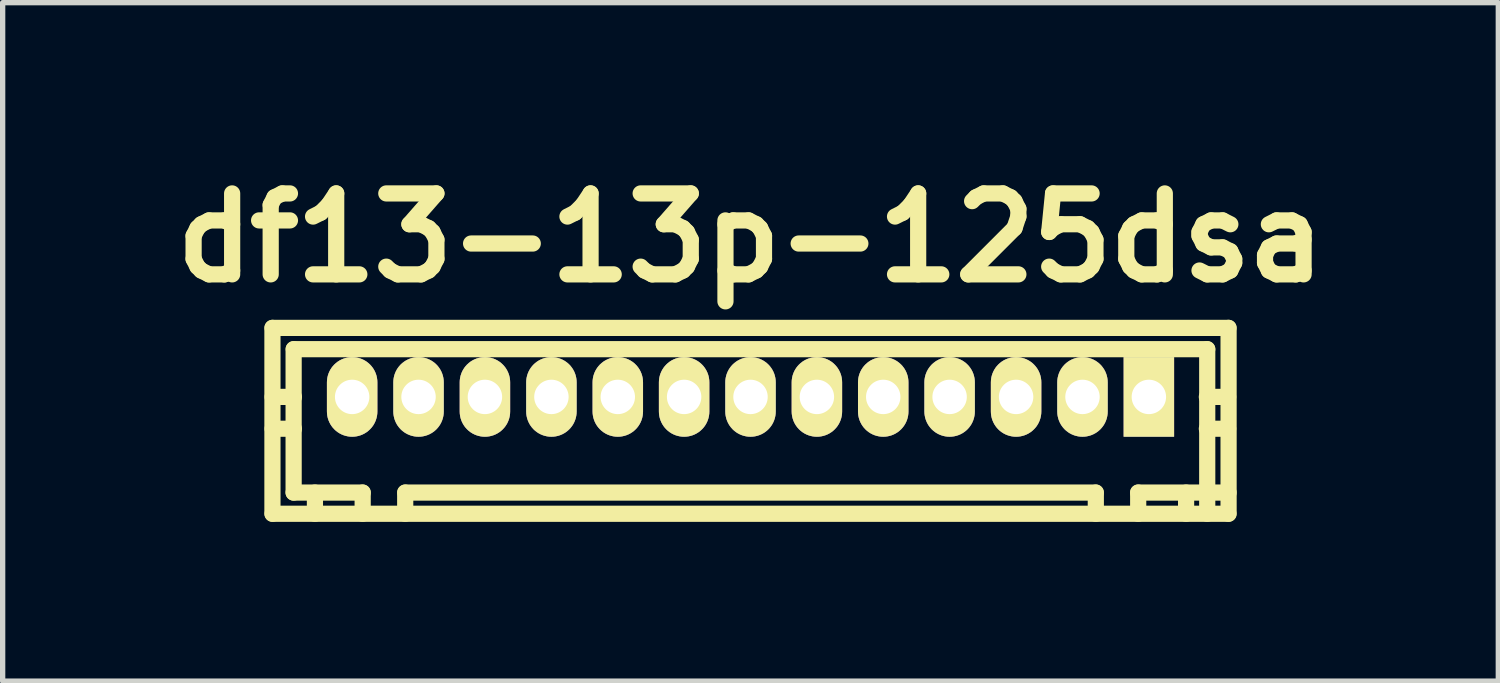
<source format=kicad_pcb>
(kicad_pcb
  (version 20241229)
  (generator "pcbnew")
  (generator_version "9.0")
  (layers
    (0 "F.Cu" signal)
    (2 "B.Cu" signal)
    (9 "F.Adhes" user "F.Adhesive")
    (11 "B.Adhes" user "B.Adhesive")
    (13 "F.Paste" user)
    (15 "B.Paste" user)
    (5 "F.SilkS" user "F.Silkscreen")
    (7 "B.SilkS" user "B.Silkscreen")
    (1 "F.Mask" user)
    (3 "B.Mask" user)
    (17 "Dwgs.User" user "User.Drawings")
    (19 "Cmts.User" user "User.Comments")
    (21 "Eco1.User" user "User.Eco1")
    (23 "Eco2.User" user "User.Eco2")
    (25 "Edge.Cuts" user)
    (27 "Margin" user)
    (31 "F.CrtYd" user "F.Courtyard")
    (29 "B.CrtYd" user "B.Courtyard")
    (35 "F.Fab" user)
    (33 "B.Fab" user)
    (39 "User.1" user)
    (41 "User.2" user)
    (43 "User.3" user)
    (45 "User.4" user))
  (footprint "df13-13p-125dsa"
    (layer "F.Cu")
    (at 11.082 4.424)
    (property "Reference" "df13-13p-125dsa" (at 0 -2.997 0) (layer "F.SilkS") (effects (font (size 1.524 1.524) (thickness 0.305))))
    (attr through_hole)
    (fp_line (start -9.002 2.2) (end -9.002 -1.3) (stroke (width 0.305) (type solid)) (layer "F.SilkS"))
    (fp_line (start -8.999 -1.3) (end 8.999 -1.3) (stroke (width 0.305) (type solid)) (layer "F.SilkS"))
    (fp_line (start -8.999 2.2) (end 8.999 2.2) (stroke (width 0.305) (type solid)) (layer "F.SilkS"))
    (fp_line (start -8.603 -0.899) (end -8.603 1.801) (stroke (width 0.305) (type solid)) (layer "F.SilkS"))
    (fp_line (start -8.598 0) (end -8.999 0) (stroke (width 0.305) (type solid)) (layer "F.SilkS"))
    (fp_line (start -8.598 0.599) (end -8.999 0.599) (stroke (width 0.305) (type solid)) (layer "F.SilkS"))
    (fp_line (start -8.202 1.801) (end -8.202 2.2) (stroke (width 0.305) (type solid)) (layer "F.SilkS"))
    (fp_line (start -7.6 -0.099) (end -7.6 0.099) (stroke (width 0.305) (type solid)) (layer "F.SilkS"))
    (fp_line (start -7.6 0.099) (end -7.399 0.099) (stroke (width 0.305) (type solid)) (layer "F.SilkS"))
    (fp_line (start -7.399 -0.099) (end -7.6 -0.099) (stroke (width 0.305) (type solid)) (layer "F.SilkS"))
    (fp_line (start -7.399 0.099) (end -7.399 -0.099) (stroke (width 0.305) (type solid)) (layer "F.SilkS"))
    (fp_line (start -7.303 1.801) (end -8.603 1.801) (stroke (width 0.305) (type solid)) (layer "F.SilkS"))
    (fp_line (start -7.303 1.801) (end -7.303 2.2) (stroke (width 0.305) (type solid)) (layer "F.SilkS"))
    (fp_line (start -6.502 2.2) (end -6.502 1.801) (stroke (width 0.305) (type solid)) (layer "F.SilkS"))
    (fp_line (start -6.299 -0.099) (end -6.299 0.099) (stroke (width 0.305) (type solid)) (layer "F.SilkS"))
    (fp_line (start -6.299 0.099) (end -6.101 0.099) (stroke (width 0.305) (type solid)) (layer "F.SilkS"))
    (fp_line (start -6.101 -0.099) (end -6.299 -0.099) (stroke (width 0.305) (type solid)) (layer "F.SilkS"))
    (fp_line (start -6.101 0.099) (end -6.101 -0.099) (stroke (width 0.305) (type solid)) (layer "F.SilkS"))
    (fp_line (start -5.1 -0.099) (end -5.1 0.099) (stroke (width 0.305) (type solid)) (layer "F.SilkS"))
    (fp_line (start -5.1 0.099) (end -4.9 0.099) (stroke (width 0.305) (type solid)) (layer "F.SilkS"))
    (fp_line (start -4.9 -0.099) (end -5.1 -0.099) (stroke (width 0.305) (type solid)) (layer "F.SilkS"))
    (fp_line (start -4.9 0.099) (end -4.9 -0.099) (stroke (width 0.305) (type solid)) (layer "F.SilkS"))
    (fp_line (start -3.8 -0.099) (end -3.8 0.099) (stroke (width 0.305) (type solid)) (layer "F.SilkS"))
    (fp_line (start -3.8 0.099) (end -3.599 0.099) (stroke (width 0.305) (type solid)) (layer "F.SilkS"))
    (fp_line (start -3.599 -0.099) (end -3.8 -0.099) (stroke (width 0.305) (type solid)) (layer "F.SilkS"))
    (fp_line (start -3.599 0.099) (end -3.599 -0.099) (stroke (width 0.305) (type solid)) (layer "F.SilkS"))
    (fp_line (start -2.601 -0.099) (end -2.601 0.099) (stroke (width 0.305) (type solid)) (layer "F.SilkS"))
    (fp_line (start -2.601 0.099) (end -2.4 0.099) (stroke (width 0.305) (type solid)) (layer "F.SilkS"))
    (fp_line (start -2.4 -0.099) (end -2.601 -0.099) (stroke (width 0.305) (type solid)) (layer "F.SilkS"))
    (fp_line (start -2.4 0.099) (end -2.4 -0.099) (stroke (width 0.305) (type solid)) (layer "F.SilkS"))
    (fp_line (start -1.3 -0.099) (end -1.3 0.099) (stroke (width 0.305) (type solid)) (layer "F.SilkS"))
    (fp_line (start -1.3 0.099) (end -1.1 0.099) (stroke (width 0.305) (type solid)) (layer "F.SilkS"))
    (fp_line (start -1.1 -0.099) (end -1.3 -0.099) (stroke (width 0.305) (type solid)) (layer "F.SilkS"))
    (fp_line (start -1.1 0.099) (end -1.1 -0.099) (stroke (width 0.305) (type solid)) (layer "F.SilkS"))
    (fp_line (start -0.099 -0.099) (end 0.099 -0.099) (stroke (width 0.305) (type solid)) (layer "F.SilkS"))
    (fp_line (start -0.099 0.099) (end -0.099 -0.099) (stroke (width 0.305) (type solid)) (layer "F.SilkS"))
    (fp_line (start 0.099 -0.099) (end 0.099 0.099) (stroke (width 0.305) (type solid)) (layer "F.SilkS"))
    (fp_line (start 0.099 0.099) (end -0.099 0.099) (stroke (width 0.305) (type solid)) (layer "F.SilkS"))
    (fp_line (start 1.1 -0.099) (end 1.3 -0.099) (stroke (width 0.305) (type solid)) (layer "F.SilkS"))
    (fp_line (start 1.1 0.099) (end 1.1 -0.099) (stroke (width 0.305) (type solid)) (layer "F.SilkS"))
    (fp_line (start 1.3 -0.099) (end 1.3 0.099) (stroke (width 0.305) (type solid)) (layer "F.SilkS"))
    (fp_line (start 1.3 0.099) (end 1.1 0.099) (stroke (width 0.305) (type solid)) (layer "F.SilkS"))
    (fp_line (start 2.4 -0.099) (end 2.601 -0.099) (stroke (width 0.305) (type solid)) (layer "F.SilkS"))
    (fp_line (start 2.4 0.099) (end 2.4 -0.099) (stroke (width 0.305) (type solid)) (layer "F.SilkS"))
    (fp_line (start 2.601 -0.099) (end 2.601 0.099) (stroke (width 0.305) (type solid)) (layer "F.SilkS"))
    (fp_line (start 2.601 0.099) (end 2.4 0.099) (stroke (width 0.305) (type solid)) (layer "F.SilkS"))
    (fp_line (start 3.599 -0.099) (end 3.8 -0.099) (stroke (width 0.305) (type solid)) (layer "F.SilkS"))
    (fp_line (start 3.599 0.099) (end 3.599 -0.099) (stroke (width 0.305) (type solid)) (layer "F.SilkS"))
    (fp_line (start 3.8 -0.099) (end 3.8 0.099) (stroke (width 0.305) (type solid)) (layer "F.SilkS"))
    (fp_line (start 3.8 0.099) (end 3.599 0.099) (stroke (width 0.305) (type solid)) (layer "F.SilkS"))
    (fp_line (start 4.9 -0.099) (end 5.1 -0.099) (stroke (width 0.305) (type solid)) (layer "F.SilkS"))
    (fp_line (start 4.9 0.099) (end 4.9 -0.099) (stroke (width 0.305) (type solid)) (layer "F.SilkS"))
    (fp_line (start 5.1 -0.099) (end 5.1 0.099) (stroke (width 0.305) (type solid)) (layer "F.SilkS"))
    (fp_line (start 5.1 0.099) (end 4.9 0.099) (stroke (width 0.305) (type solid)) (layer "F.SilkS"))
    (fp_line (start 6.101 -0.099) (end 6.299 -0.099) (stroke (width 0.305) (type solid)) (layer "F.SilkS"))
    (fp_line (start 6.101 0.099) (end 6.101 -0.099) (stroke (width 0.305) (type solid)) (layer "F.SilkS"))
    (fp_line (start 6.299 -0.099) (end 6.299 0.099) (stroke (width 0.305) (type solid)) (layer "F.SilkS"))
    (fp_line (start 6.299 0.099) (end 6.101 0.099) (stroke (width 0.305) (type solid)) (layer "F.SilkS"))
    (fp_line (start 6.5 1.801) (end -6.5 1.801) (stroke (width 0.305) (type solid)) (layer "F.SilkS"))
    (fp_line (start 6.502 2.2) (end 6.502 1.801) (stroke (width 0.305) (type solid)) (layer "F.SilkS"))
    (fp_line (start 7.3 1.801) (end 7.3 2.2) (stroke (width 0.305) (type solid)) (layer "F.SilkS"))
    (fp_line (start 7.3 1.801) (end 9.002 1.801) (stroke (width 0.305) (type solid)) (layer "F.SilkS"))
    (fp_line (start 7.399 -0.099) (end 7.6 -0.099) (stroke (width 0.305) (type solid)) (layer "F.SilkS"))
    (fp_line (start 7.399 0.099) (end 7.399 -0.099) (stroke (width 0.305) (type solid)) (layer "F.SilkS"))
    (fp_line (start 7.6 -0.099) (end 7.6 0.099) (stroke (width 0.305) (type solid)) (layer "F.SilkS"))
    (fp_line (start 7.6 0.099) (end 7.399 0.099) (stroke (width 0.305) (type solid)) (layer "F.SilkS"))
    (fp_line (start 8.202 1.801) (end 8.202 2.2) (stroke (width 0.305) (type solid)) (layer "F.SilkS"))
    (fp_line (start 8.593 0) (end 8.994 0) (stroke (width 0.305) (type solid)) (layer "F.SilkS"))
    (fp_line (start 8.6 -0.899) (end -8.6 -0.899) (stroke (width 0.305) (type solid)) (layer "F.SilkS"))
    (fp_line (start 8.6 -0.899) (end 8.6 2.2) (stroke (width 0.305) (type solid)) (layer "F.SilkS"))
    (fp_line (start 8.994 0.599) (end 8.593 0.599) (stroke (width 0.305) (type solid)) (layer "F.SilkS"))
    (fp_line (start 9.002 -1.3) (end 9.002 2.2) (stroke (width 0.305) (type solid)) (layer "F.SilkS"))
    (pad "1" thru_hole rect (at 7.501 0) (size 0.95 1.499) (drill 0.648) (layers "*.Cu" "*.Mask" "F.SilkS"))
    (pad "2" thru_hole oval (at 6.251 0) (size 0.95 1.499) (drill 0.648) (layers "*.Cu" "*.Mask" "F.SilkS"))
    (pad "3" thru_hole oval (at 5.001 0) (size 0.95 1.499) (drill 0.648) (layers "*.Cu" "*.Mask" "F.SilkS"))
    (pad "4" thru_hole oval (at 3.749 0) (size 0.95 1.499) (drill 0.648) (layers "*.Cu" "*.Mask" "F.SilkS"))
    (pad "5" thru_hole oval (at 2.499 0) (size 0.95 1.499) (drill 0.648) (layers "*.Cu" "*.Mask" "F.SilkS"))
    (pad "6" thru_hole oval (at 1.25 0) (size 0.95 1.499) (drill 0.648) (layers "*.Cu" "*.Mask" "F.SilkS"))
    (pad "7" thru_hole oval (at 0 0) (size 0.95 1.499) (drill 0.648) (layers "*.Cu" "*.Mask" "F.SilkS"))
    (pad "8" thru_hole oval (at -1.25 0) (size 0.95 1.499) (drill 0.648) (layers "*.Cu" "*.Mask" "F.SilkS"))
    (pad "9" thru_hole oval (at -2.499 0) (size 0.95 1.499) (drill 0.648) (layers "*.Cu" "*.Mask" "F.SilkS"))
    (pad "10" thru_hole oval (at -3.749 0) (size 0.95 1.499) (drill 0.648) (layers "*.Cu" "*.Mask" "F.SilkS"))
    (pad "11" thru_hole oval (at -5.001 0) (size 0.95 1.499) (drill 0.648) (layers "*.Cu" "*.Mask" "F.SilkS"))
    (pad "12" thru_hole oval (at -6.251 0) (size 0.95 1.499) (drill 0.648) (layers "*.Cu" "*.Mask" "F.SilkS"))
    (pad "13" thru_hole oval (at -7.501 0) (size 0.95 1.499) (drill 0.648) (layers "*.Cu" "*.Mask" "F.SilkS")))
  (gr_rect
    (start -3 -3)
    (end 25.163 9.776)
    (stroke (width 0.1) (type default))
    (fill no)
    (layer "Edge.Cuts")))
</source>
